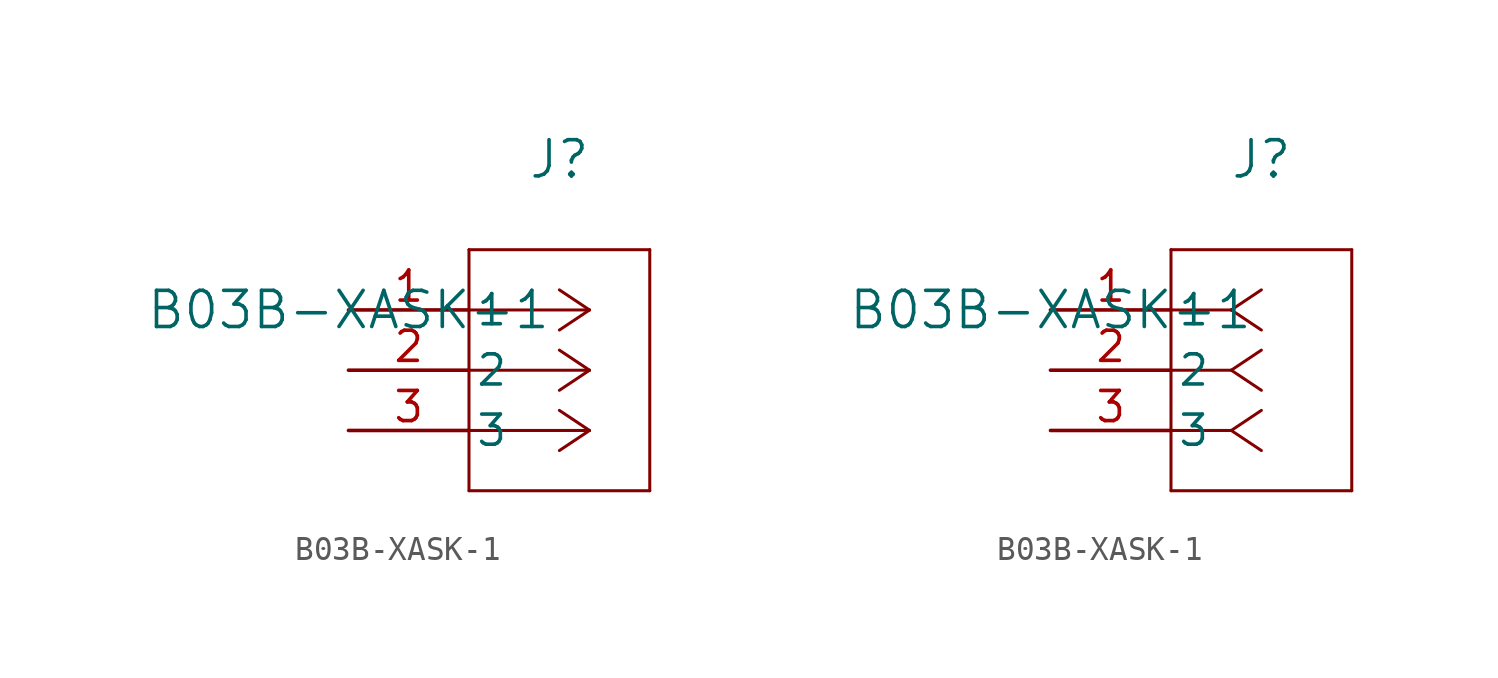
<source format=kicad_sym>
(kicad_symbol_lib
  (version 20211014)
  (generator kicad_symbol_editor)
  (symbol "B03B-XASK-1"
    (pin_names
      (offset 0.254))
    (property "Reference" "J"
      (at 8.89 6.35 0)
      (effects (font (size 1.524 1.524))))
    (property "Value" "B03B-XASK-1"
      (at 0 0 0)
      (effects (font (size 1.524 1.524))))
    (symbol "B03B-XASK-1_1_1"
      (polyline (pts (xy 10.16 0) (xy 5.08 0)) (stroke (width 0.127) (type default) (color 0 0 0 0)) (fill (type none)))
      (polyline (pts (xy 10.16 -2.54) (xy 5.08 -2.54)) (stroke (width 0.127) (type default) (color 0 0 0 0)) (fill (type none)))
      (polyline (pts (xy 10.16 -5.08) (xy 5.08 -5.08)) (stroke (width 0.127) (type default) (color 0 0 0 0)) (fill (type none)))
      (polyline (pts (xy 10.16 0) (xy 8.89 0.847)) (stroke (width 0.127) (type default) (color 0 0 0 0)) (fill (type none)))
      (polyline (pts (xy 10.16 -2.54) (xy 8.89 -1.693)) (stroke (width 0.127) (type default) (color 0 0 0 0)) (fill (type none)))
      (polyline (pts (xy 10.16 -5.08) (xy 8.89 -4.233)) (stroke (width 0.127) (type default) (color 0 0 0 0)) (fill (type none)))
      (polyline (pts (xy 10.16 0) (xy 8.89 -0.847)) (stroke (width 0.127) (type default) (color 0 0 0 0)) (fill (type none)))
      (polyline (pts (xy 10.16 -2.54) (xy 8.89 -3.387)) (stroke (width 0.127) (type default) (color 0 0 0 0)) (fill (type none)))
      (polyline (pts (xy 10.16 -5.08) (xy 8.89 -5.927)) (stroke (width 0.127) (type default) (color 0 0 0 0)) (fill (type none)))
      (polyline (pts (xy 5.08 2.54) (xy 5.08 -7.62)) (stroke (width 0.127) (type default) (color 0 0 0 0)) (fill (type none)))
      (polyline (pts (xy 5.08 -7.62) (xy 12.7 -7.62)) (stroke (width 0.127) (type default) (color 0 0 0 0)) (fill (type none)))
      (polyline (pts (xy 12.7 -7.62) (xy 12.7 2.54)) (stroke (width 0.127) (type default) (color 0 0 0 0)) (fill (type none)))
      (polyline (pts (xy 12.7 2.54) (xy 5.08 2.54)) (stroke (width 0.127) (type default) (color 0 0 0 0)) (fill (type none)))
      (pin unspecified line (at 0 0 0) (length 5.08) (name "1" (effects (font (size 1.27 1.27)))) (number "1" (effects (font (size 1.27 1.27)))))
      (pin unspecified line (at 0 -2.54 0) (length 5.08) (name "2" (effects (font (size 1.27 1.27)))) (number "2" (effects (font (size 1.27 1.27)))))
      (pin unspecified line (at 0 -5.08 0) (length 5.08) (name "3" (effects (font (size 1.27 1.27)))) (number "3" (effects (font (size 1.27 1.27))))))
    (symbol "B03B-XASK-1_1_2"
      (polyline (pts (xy 7.62 0) (xy 5.08 0)) (stroke (width 0.127) (type default) (color 0 0 0 0)) (fill (type none)))
      (polyline (pts (xy 7.62 -2.54) (xy 5.08 -2.54)) (stroke (width 0.127) (type default) (color 0 0 0 0)) (fill (type none)))
      (polyline (pts (xy 7.62 -5.08) (xy 5.08 -5.08)) (stroke (width 0.127) (type default) (color 0 0 0 0)) (fill (type none)))
      (polyline (pts (xy 7.62 0) (xy 8.89 0.847)) (stroke (width 0.127) (type default) (color 0 0 0 0)) (fill (type none)))
      (polyline (pts (xy 7.62 -2.54) (xy 8.89 -1.693)) (stroke (width 0.127) (type default) (color 0 0 0 0)) (fill (type none)))
      (polyline (pts (xy 7.62 -5.08) (xy 8.89 -4.233)) (stroke (width 0.127) (type default) (color 0 0 0 0)) (fill (type none)))
      (polyline (pts (xy 7.62 0) (xy 8.89 -0.847)) (stroke (width 0.127) (type default) (color 0 0 0 0)) (fill (type none)))
      (polyline (pts (xy 7.62 -2.54) (xy 8.89 -3.387)) (stroke (width 0.127) (type default) (color 0 0 0 0)) (fill (type none)))
      (polyline (pts (xy 7.62 -5.08) (xy 8.89 -5.927)) (stroke (width 0.127) (type default) (color 0 0 0 0)) (fill (type none)))
      (polyline (pts (xy 5.08 2.54) (xy 5.08 -7.62)) (stroke (width 0.127) (type default) (color 0 0 0 0)) (fill (type none)))
      (polyline (pts (xy 5.08 -7.62) (xy 12.7 -7.62)) (stroke (width 0.127) (type default) (color 0 0 0 0)) (fill (type none)))
      (polyline (pts (xy 12.7 -7.62) (xy 12.7 2.54)) (stroke (width 0.127) (type default) (color 0 0 0 0)) (fill (type none)))
      (polyline (pts (xy 12.7 2.54) (xy 5.08 2.54)) (stroke (width 0.127) (type default) (color 0 0 0 0)) (fill (type none)))
      (pin unspecified line (at 0 0 0) (length 5.08) (name "1" (effects (font (size 1.27 1.27)))) (number "1" (effects (font (size 1.27 1.27)))))
      (pin unspecified line (at 0 -2.54 0) (length 5.08) (name "2" (effects (font (size 1.27 1.27)))) (number "2" (effects (font (size 1.27 1.27)))))
      (pin unspecified line (at 0 -5.08 0) (length 5.08) (name "3" (effects (font (size 1.27 1.27)))) (number "3" (effects (font (size 1.27 1.27))))))))
</source>
